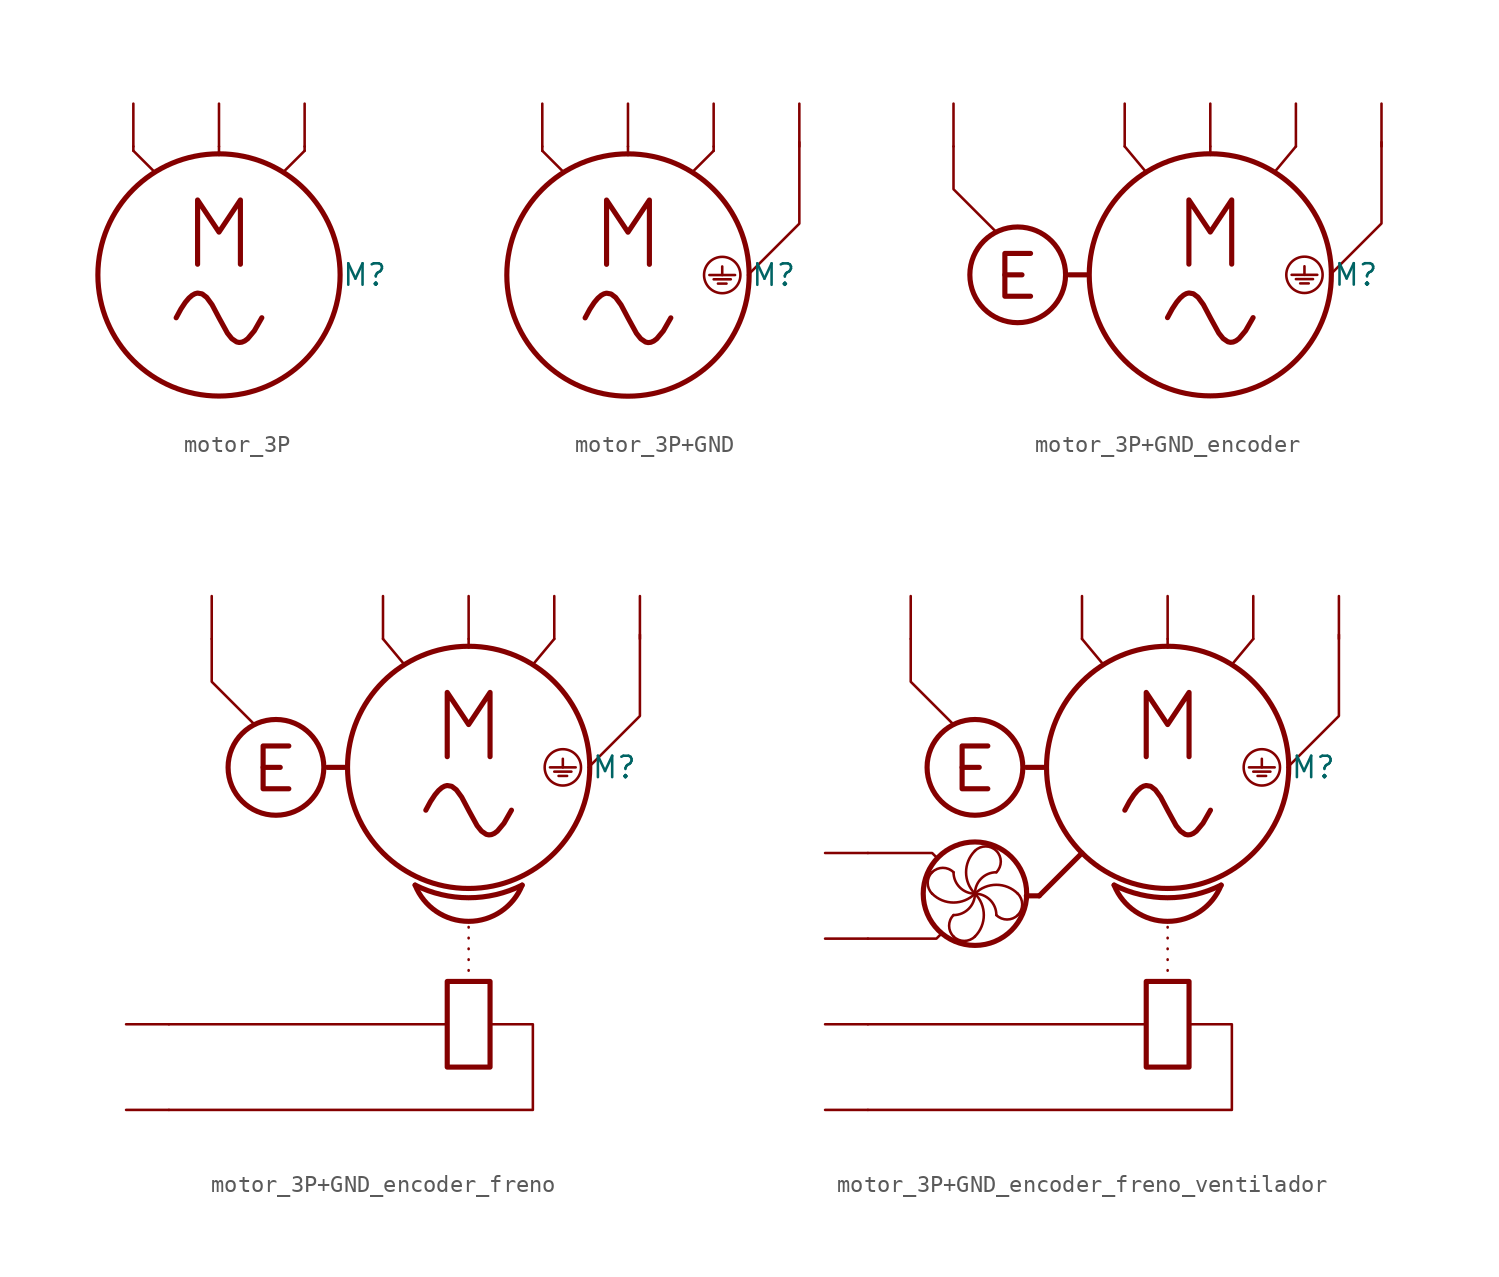
<source format=kicad_sym>
(kicad_symbol_lib
  (version 20241209)
  (generator "kicad_symbol_editor")
  (generator_version "9.0")
  (symbol "motor_3P"
    (property "Reference" "M"
      (at 8.636 0 0)
      (effects (font (size 1.27 1.27))))
    (property "Value" ""
      (at 0 0 0)
      (effects (font (size 1.27 1.27))))
    (symbol "motor_3P_0_1"
      (polyline (pts (xy -5.08 7.62) (xy -5.08 7.366)) (stroke (width 0) (type default)) (fill (type none)))
      (polyline (pts (xy 0 7.62) (xy 0 7.366) (xy 0 7.112)) (stroke (width 0) (type default)) (fill (type none)))
      (polyline (pts (xy 5.08 7.366) (xy 5.08 7.62)) (stroke (width 0) (type default)) (fill (type none))))
    (symbol "motor_3P_1_1"
      (polyline (pts (xy -5.08 7.366) (xy -3.81 6.096)) (stroke (width 0) (type default)) (fill (type none)))
      (bezier (pts (xy -2.54 -2.54) (xy 0 2.54) (xy 0 -7.62) (xy 2.54 -2.54)) (stroke (width 0.305) (type solid)) (fill (type none)))
      (polyline (pts (xy -1.27 0.635) (xy -1.27 4.445) (xy 0 2.54) (xy 1.27 4.445) (xy 1.27 0.635)) (stroke (width 0.305) (type solid)) (fill (type none)))
      (circle (center 0 0) (radius 7.184) (stroke (width 0.305) (type solid)) (fill (type none)))
      (polyline (pts (xy 5.08 7.366) (xy 3.81 6.096)) (stroke (width 0) (type default)) (fill (type none)))
      (pin output line (at -5.08 10.16 270) (length 2.54) (name "" (effects (font (size 1.27 1.27)))) (number "" (effects (font (size 1.27 1.27)))))
      (pin output line (at 0 10.16 270) (length 2.54) (name "" (effects (font (size 1.27 1.27)))) (number "" (effects (font (size 1.27 1.27)))))
      (pin output line (at 5.08 10.16 270) (length 2.54) (name "" (effects (font (size 1.27 1.27)))) (number "" (effects (font (size 1.27 1.27)))))))
  (symbol "motor_3P+GND"
    (property "Reference" "M"
      (at 8.636 0 0)
      (effects (font (size 1.27 1.27))))
    (property "Value" ""
      (at 0 0 0)
      (effects (font (size 1.27 1.27))))
    (symbol "motor_3P+GND_0_1"
      (polyline (pts (xy -5.08 7.62) (xy -5.08 7.366)) (stroke (width 0) (type default)) (fill (type none)))
      (polyline (pts (xy 0 7.62) (xy 0 7.366) (xy 0 7.112)) (stroke (width 0) (type default)) (fill (type none)))
      (polyline (pts (xy 4.826 0) (xy 6.35 0)) (stroke (width 0) (type default)) (fill (type none)))
      (polyline (pts (xy 5.08 7.366) (xy 5.08 7.62)) (stroke (width 0) (type default)) (fill (type none)))
      (polyline (pts (xy 5.08 -0.254) (xy 6.096 -0.254)) (stroke (width 0) (type default)) (fill (type none)))
      (polyline (pts (xy 5.334 -0.508) (xy 5.842 -0.508)) (stroke (width 0) (type default)) (fill (type none)))
      (polyline (pts (xy 5.588 0.508) (xy 5.588 0)) (stroke (width 0) (type default)) (fill (type none)))
      (circle (center 5.588 0) (radius 1.078) (stroke (width 0) (type default)) (fill (type none)))
      (polyline (pts (xy 7.112 0) (xy 10.16 3.048) (xy 10.16 7.874)) (stroke (width 0) (type default)) (fill (type none))))
    (symbol "motor_3P+GND_1_1"
      (polyline (pts (xy -5.08 7.366) (xy -3.81 6.096)) (stroke (width 0) (type default)) (fill (type none)))
      (bezier (pts (xy -2.54 -2.54) (xy 0 2.54) (xy 0 -7.62) (xy 2.54 -2.54)) (stroke (width 0.305) (type solid)) (fill (type none)))
      (polyline (pts (xy -1.27 0.635) (xy -1.27 4.445) (xy 0 2.54) (xy 1.27 4.445) (xy 1.27 0.635)) (stroke (width 0.305) (type solid)) (fill (type none)))
      (circle (center 0 0) (radius 7.184) (stroke (width 0.305) (type solid)) (fill (type none)))
      (polyline (pts (xy 5.08 7.366) (xy 3.81 6.096)) (stroke (width 0) (type default)) (fill (type none)))
      (pin output line (at -5.08 10.16 270) (length 2.54) (name "" (effects (font (size 1.27 1.27)))) (number "" (effects (font (size 1.27 1.27)))))
      (pin output line (at 0 10.16 270) (length 2.54) (name "" (effects (font (size 1.27 1.27)))) (number "" (effects (font (size 1.27 1.27)))))
      (pin output line (at 5.08 10.16 270) (length 2.54) (name "" (effects (font (size 1.27 1.27)))) (number "" (effects (font (size 1.27 1.27)))))
      (pin output line (at 10.16 10.16 270) (length 2.54) (name "" (effects (font (size 1.27 1.27)))) (number "" (effects (font (size 1.27 1.27)))))))
  (symbol "motor_3P+GND_encoder"
    (property "Reference" "M"
      (at 8.636 0 0)
      (effects (font (size 1.27 1.27))))
    (property "Value" ""
      (at 0 0 0)
      (effects (font (size 1.27 1.27))))
    (symbol "motor_3P+GND_encoder_0_1"
      (polyline (pts (xy 0 7.62) (xy 0 7.366) (xy 0 7.112)) (stroke (width 0) (type default)) (fill (type none)))
      (polyline (pts (xy 4.826 0) (xy 6.35 0)) (stroke (width 0) (type default)) (fill (type none)))
      (polyline (pts (xy 5.08 -0.254) (xy 6.096 -0.254)) (stroke (width 0) (type default)) (fill (type none)))
      (polyline (pts (xy 5.334 -0.508) (xy 5.842 -0.508)) (stroke (width 0) (type default)) (fill (type none)))
      (polyline (pts (xy 5.588 0.508) (xy 5.588 0)) (stroke (width 0) (type default)) (fill (type none)))
      (circle (center 5.588 0) (radius 1.078) (stroke (width 0) (type default)) (fill (type none)))
      (polyline (pts (xy 7.112 0) (xy 10.16 3.048) (xy 10.16 7.874)) (stroke (width 0) (type default)) (fill (type none))))
    (symbol "motor_3P+GND_encoder_1_1"
      (polyline (pts (xy -12.7 2.54) (xy -15.24 5.08) (xy -15.24 7.62)) (stroke (width 0) (type default)) (fill (type none)))
      (polyline (pts (xy -12.192 0) (xy -11.176 0)) (stroke (width 0.305) (type solid)) (fill (type none)))
      (circle (center -11.43 0) (radius 2.84) (stroke (width 0.305) (type solid)) (fill (type none)))
      (polyline (pts (xy -10.668 1.27) (xy -12.192 1.27) (xy -12.192 -1.27) (xy -10.668 -1.27)) (stroke (width 0.305) (type solid)) (fill (type none)))
      (polyline (pts (xy -7.366 0) (xy -8.382 0)) (stroke (width 0.305) (type solid)) (fill (type none)))
      (polyline (pts (xy -5.08 7.62) (xy -3.81 6.096)) (stroke (width 0) (type default)) (fill (type none)))
      (bezier (pts (xy -2.54 -2.54) (xy 0 2.54) (xy 0 -7.62) (xy 2.54 -2.54)) (stroke (width 0.305) (type solid)) (fill (type none)))
      (polyline (pts (xy -1.27 0.635) (xy -1.27 4.445) (xy 0 2.54) (xy 1.27 4.445) (xy 1.27 0.635)) (stroke (width 0.305) (type solid)) (fill (type none)))
      (circle (center 0 0) (radius 7.184) (stroke (width 0.305) (type solid)) (fill (type none)))
      (polyline (pts (xy 5.08 7.62) (xy 3.81 6.096)) (stroke (width 0) (type default)) (fill (type none)))
      (pin output line (at -15.24 10.16 270) (length 2.54) (name "" (effects (font (size 1.27 1.27)))) (number "" (effects (font (size 1.27 1.27)))))
      (pin output line (at -5.08 10.16 270) (length 2.54) (name "" (effects (font (size 1.27 1.27)))) (number "" (effects (font (size 1.27 1.27)))))
      (pin output line (at 0 10.16 270) (length 2.54) (name "" (effects (font (size 1.27 1.27)))) (number "" (effects (font (size 1.27 1.27)))))
      (pin output line (at 5.08 10.16 270) (length 2.54) (name "" (effects (font (size 1.27 1.27)))) (number "" (effects (font (size 1.27 1.27)))))
      (pin output line (at 10.16 10.16 270) (length 2.54) (name "" (effects (font (size 1.27 1.27)))) (number "" (effects (font (size 1.27 1.27)))))))
  (symbol "motor_3P+GND_encoder_freno"
    (property "Reference" "M"
      (at 8.636 0 0)
      (effects (font (size 1.27 1.27))))
    (property "Value" ""
      (at 0 0 0)
      (effects (font (size 1.27 1.27))))
    (symbol "motor_3P+GND_encoder_freno_0_1"
      (polyline (pts (xy -17.78 -15.24) (xy -1.27 -15.24)) (stroke (width 0) (type default)) (fill (type none)))
      (polyline (pts (xy 0 7.62) (xy 0 7.366) (xy 0 7.112)) (stroke (width 0) (type default)) (fill (type none)))
      (polyline (pts (xy 1.27 -15.24) (xy 3.81 -15.24) (xy 3.81 -20.32) (xy -17.78 -20.32)) (stroke (width 0) (type default)) (fill (type none)))
      (polyline (pts (xy 4.826 0) (xy 6.35 0)) (stroke (width 0) (type default)) (fill (type none)))
      (polyline (pts (xy 5.08 -0.254) (xy 6.096 -0.254)) (stroke (width 0) (type default)) (fill (type none)))
      (polyline (pts (xy 5.334 -0.508) (xy 5.842 -0.508)) (stroke (width 0) (type default)) (fill (type none)))
      (polyline (pts (xy 5.588 0.508) (xy 5.588 0)) (stroke (width 0) (type default)) (fill (type none)))
      (circle (center 5.588 0) (radius 1.078) (stroke (width 0) (type default)) (fill (type none)))
      (polyline (pts (xy 7.112 0) (xy 10.16 3.048) (xy 10.16 7.874)) (stroke (width 0) (type default)) (fill (type none))))
    (symbol "motor_3P+GND_encoder_freno_1_1"
      (polyline (pts (xy -12.7 2.54) (xy -15.24 5.08) (xy -15.24 7.62)) (stroke (width 0) (type default)) (fill (type none)))
      (polyline (pts (xy -12.192 0) (xy -11.176 0)) (stroke (width 0.305) (type solid)) (fill (type none)))
      (circle (center -11.43 0) (radius 2.84) (stroke (width 0.305) (type solid)) (fill (type none)))
      (polyline (pts (xy -10.668 1.27) (xy -12.192 1.27) (xy -12.192 -1.27) (xy -10.668 -1.27)) (stroke (width 0.305) (type solid)) (fill (type none)))
      (polyline (pts (xy -7.366 0) (xy -8.382 0)) (stroke (width 0.305) (type solid)) (fill (type none)))
      (polyline (pts (xy -5.08 7.62) (xy -3.81 6.096)) (stroke (width 0) (type default)) (fill (type none)))
      (bezier (pts (xy -2.54 -2.54) (xy 0 2.54) (xy 0 -7.62) (xy 2.54 -2.54)) (stroke (width 0.305) (type solid)) (fill (type none)))
      (polyline (pts (xy -1.27 0.635) (xy -1.27 4.445) (xy 0 2.54) (xy 1.27 4.445) (xy 1.27 0.635)) (stroke (width 0.305) (type solid)) (fill (type none)))
      (rectangle (start -1.27 -12.7) (end 1.27 -17.78) (stroke (width 0.305) (type solid)) (fill (type none)))
      (circle (center 0 0) (radius 7.184) (stroke (width 0.305) (type solid)) (fill (type none)))
      (arc (start 3.175 -6.985) (mid 0 -7.7345) (end -3.175 -6.985) (stroke (width 0.3048) (type solid)) (fill (type none)))
      (arc (start 3.175 -6.985) (mid 0 -9.1346) (end -3.175 -6.985) (stroke (width 0.3048) (type solid)) (fill (type none)))
      (polyline (pts (xy 0 -12.7) (xy 0 -8.89)) (stroke (width 0) (type dot)) (fill (type none)))
      (polyline (pts (xy 5.08 7.62) (xy 3.81 6.096)) (stroke (width 0) (type default)) (fill (type none)))
      (pin output line (at -20.32 -15.24 0) (length 2.54) (name "" (effects (font (size 1.27 1.27)))) (number "" (effects (font (size 1.27 1.27)))))
      (pin output line (at -20.32 -20.32 0) (length 2.54) (name "" (effects (font (size 1.27 1.27)))) (number "" (effects (font (size 1.27 1.27)))))
      (pin output line (at -15.24 10.16 270) (length 2.54) (name "" (effects (font (size 1.27 1.27)))) (number "" (effects (font (size 1.27 1.27)))))
      (pin output line (at -5.08 10.16 270) (length 2.54) (name "" (effects (font (size 1.27 1.27)))) (number "" (effects (font (size 1.27 1.27)))))
      (pin output line (at 0 10.16 270) (length 2.54) (name "" (effects (font (size 1.27 1.27)))) (number "" (effects (font (size 1.27 1.27)))))
      (pin output line (at 5.08 10.16 270) (length 2.54) (name "" (effects (font (size 1.27 1.27)))) (number "" (effects (font (size 1.27 1.27)))))
      (pin output line (at 10.16 10.16 270) (length 2.54) (name "" (effects (font (size 1.27 1.27)))) (number "" (effects (font (size 1.27 1.27)))))))
  (symbol "motor_3P+GND_encoder_freno_ventilador"
    (property "Reference" "M"
      (at 8.636 0 0)
      (effects (font (size 1.27 1.27))))
    (property "Value" ""
      (at 0 0 0)
      (effects (font (size 1.27 1.27))))
    (symbol "motor_3P+GND_encoder_freno_ventilador_0_1"
      (polyline (pts (xy -17.78 -5.08) (xy -13.97 -5.08) (xy -13.716 -5.334)) (stroke (width 0) (type default)) (fill (type none)))
      (polyline (pts (xy -17.78 -10.16) (xy -13.716 -10.16) (xy -13.462 -9.906)) (stroke (width 0) (type default)) (fill (type none)))
      (polyline (pts (xy -17.78 -15.24) (xy -1.27 -15.24)) (stroke (width 0) (type default)) (fill (type none)))
      (arc (start -13.9701 -6.2231) (mid -13.3351 -5.9601) (end -12.7001 -6.2231) (stroke (width 0) (type default)) (fill (type none)))
      (arc (start -13.9701 -7.4931) (mid -14.2331 -6.8581) (end -13.9701 -6.2231) (stroke (width 0) (type default)) (fill (type none)))
      (arc (start -11.4301 -7.4931) (mid -12.7001 -8.0192) (end -13.9701 -7.4931) (stroke (width 0) (type default)) (fill (type none)))
      (arc (start -11.4299 -7.4931) (mid -11.8019 -8.3911) (end -12.6999 -8.7631) (stroke (width 0) (type default)) (fill (type none)))
      (arc (start -11.4299 -7.4931) (mid -10.9038 -8.7631) (end -11.4299 -10.0331) (stroke (width 0) (type default)) (fill (type none)))
      (arc (start -11.4299 -10.0331) (mid -12.0649 -10.2961) (end -12.6999 -10.0331) (stroke (width 0) (type default)) (fill (type none)))
      (arc (start -12.6999 -10.0331) (mid -12.9629 -9.3981) (end -12.6999 -8.7631) (stroke (width 0) (type default)) (fill (type none)))
      (arc (start -11.43 -7.493) (mid -10.532 -7.865) (end -10.16 -8.763) (stroke (width 0) (type default)) (fill (type none)))
      (arc (start -11.4301 -7.4931) (mid -12.3281 -7.1211) (end -12.7001 -6.2231) (stroke (width 0) (type default)) (fill (type none)))
      (arc (start -11.43 -4.953) (mid -10.16 -4.953) (end -10.16 -6.223) (stroke (width 0) (type default)) (fill (type none)))
      (arc (start -11.43 -7.493) (mid -11.9561 -6.223) (end -11.43 -4.953) (stroke (width 0) (type default)) (fill (type none)))
      (arc (start -11.43 -7.493) (mid -10.16 -6.9669) (end -8.89 -7.493) (stroke (width 0) (type default)) (fill (type none)))
      (arc (start -11.43 -7.493) (mid -11.058 -6.595) (end -10.16 -6.223) (stroke (width 0) (type default)) (fill (type none)))
      (arc (start -8.89 -7.493) (mid -8.627 -8.128) (end -8.89 -8.763) (stroke (width 0) (type default)) (fill (type none)))
      (arc (start -8.89 -8.763) (mid -9.525 -9.026) (end -10.16 -8.763) (stroke (width 0) (type default)) (fill (type none)))
      (polyline (pts (xy 0 7.62) (xy 0 7.366) (xy 0 7.112)) (stroke (width 0) (type default)) (fill (type none)))
      (polyline (pts (xy 1.27 -15.24) (xy 3.81 -15.24) (xy 3.81 -20.32) (xy -17.78 -20.32)) (stroke (width 0) (type default)) (fill (type none)))
      (polyline (pts (xy 4.826 0) (xy 6.35 0)) (stroke (width 0) (type default)) (fill (type none)))
      (polyline (pts (xy 5.08 -0.254) (xy 6.096 -0.254)) (stroke (width 0) (type default)) (fill (type none)))
      (polyline (pts (xy 5.334 -0.508) (xy 5.842 -0.508)) (stroke (width 0) (type default)) (fill (type none)))
      (polyline (pts (xy 5.588 0.508) (xy 5.588 0)) (stroke (width 0) (type default)) (fill (type none)))
      (circle (center 5.588 0) (radius 1.078) (stroke (width 0) (type default)) (fill (type none)))
      (polyline (pts (xy 7.112 0) (xy 10.16 3.048) (xy 10.16 7.874)) (stroke (width 0) (type default)) (fill (type none))))
    (symbol "motor_3P+GND_encoder_freno_ventilador_1_1"
      (polyline (pts (xy -12.7 2.54) (xy -15.24 5.08) (xy -15.24 7.62)) (stroke (width 0) (type default)) (fill (type none)))
      (polyline (pts (xy -12.192 0) (xy -11.176 0)) (stroke (width 0.305) (type solid)) (fill (type none)))
      (circle (center -11.43 0) (radius 2.84) (stroke (width 0.305) (type solid)) (fill (type none)))
      (circle (center -11.43 -7.493) (radius 3.069) (stroke (width 0.305) (type solid)) (fill (type none)))
      (polyline (pts (xy -10.668 1.27) (xy -12.192 1.27) (xy -12.192 -1.27) (xy -10.668 -1.27)) (stroke (width 0.305) (type solid)) (fill (type none)))
      (polyline (pts (xy -7.62 -7.62) (xy -8.382 -7.62)) (stroke (width 0.305) (type solid)) (fill (type none)))
      (polyline (pts (xy -7.62 -7.62) (xy -5.08 -5.08)) (stroke (width 0.305) (type solid)) (fill (type none)))
      (polyline (pts (xy -7.366 0) (xy -8.382 0)) (stroke (width 0.305) (type solid)) (fill (type none)))
      (polyline (pts (xy -5.08 7.62) (xy -3.81 6.096)) (stroke (width 0) (type default)) (fill (type none)))
      (bezier (pts (xy -2.54 -2.54) (xy 0 2.54) (xy 0 -7.62) (xy 2.54 -2.54)) (stroke (width 0.305) (type solid)) (fill (type none)))
      (polyline (pts (xy -1.27 0.635) (xy -1.27 4.445) (xy 0 2.54) (xy 1.27 4.445) (xy 1.27 0.635)) (stroke (width 0.305) (type solid)) (fill (type none)))
      (rectangle (start -1.27 -12.7) (end 1.27 -17.78) (stroke (width 0.305) (type solid)) (fill (type none)))
      (circle (center 0 0) (radius 7.184) (stroke (width 0.305) (type solid)) (fill (type none)))
      (arc (start 3.175 -6.985) (mid 0 -7.7345) (end -3.175 -6.985) (stroke (width 0.3048) (type solid)) (fill (type none)))
      (arc (start 3.175 -6.985) (mid 0 -9.1346) (end -3.175 -6.985) (stroke (width 0.3048) (type solid)) (fill (type none)))
      (polyline (pts (xy 0 -12.7) (xy 0 -8.89)) (stroke (width 0) (type dot)) (fill (type none)))
      (polyline (pts (xy 5.08 7.62) (xy 3.81 6.096)) (stroke (width 0) (type default)) (fill (type none)))
      (pin output line (at -20.32 -5.08 0) (length 2.54) (name "" (effects (font (size 1.27 1.27)))) (number "" (effects (font (size 1.27 1.27)))))
      (pin output line (at -20.32 -10.16 0) (length 2.54) (name "" (effects (font (size 1.27 1.27)))) (number "" (effects (font (size 1.27 1.27)))))
      (pin output line (at -20.32 -15.24 0) (length 2.54) (name "" (effects (font (size 1.27 1.27)))) (number "" (effects (font (size 1.27 1.27)))))
      (pin output line (at -20.32 -20.32 0) (length 2.54) (name "" (effects (font (size 1.27 1.27)))) (number "" (effects (font (size 1.27 1.27)))))
      (pin output line (at -15.24 10.16 270) (length 2.54) (name "" (effects (font (size 1.27 1.27)))) (number "" (effects (font (size 1.27 1.27)))))
      (pin output line (at -5.08 10.16 270) (length 2.54) (name "" (effects (font (size 1.27 1.27)))) (number "" (effects (font (size 1.27 1.27)))))
      (pin output line (at 0 10.16 270) (length 2.54) (name "" (effects (font (size 1.27 1.27)))) (number "" (effects (font (size 1.27 1.27)))))
      (pin output line (at 5.08 10.16 270) (length 2.54) (name "" (effects (font (size 1.27 1.27)))) (number "" (effects (font (size 1.27 1.27)))))
      (pin output line (at 10.16 10.16 270) (length 2.54) (name "" (effects (font (size 1.27 1.27)))) (number "" (effects (font (size 1.27 1.27))))))))
</source>
